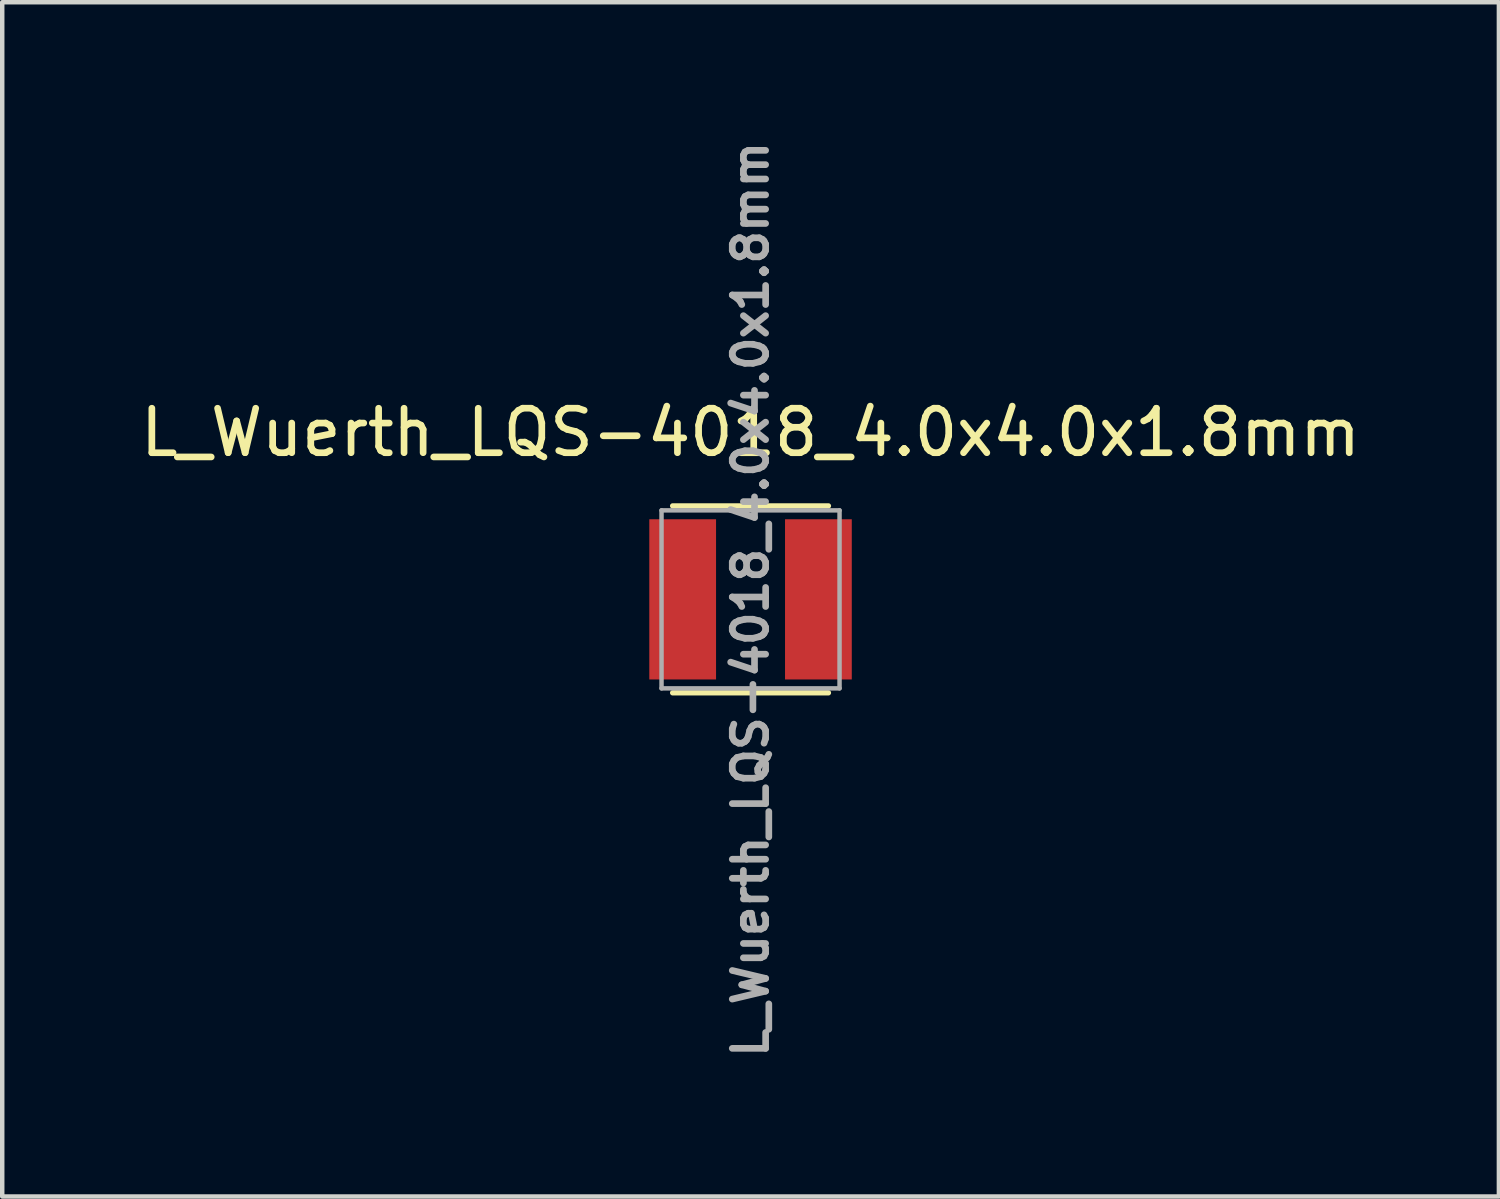
<source format=kicad_pcb>
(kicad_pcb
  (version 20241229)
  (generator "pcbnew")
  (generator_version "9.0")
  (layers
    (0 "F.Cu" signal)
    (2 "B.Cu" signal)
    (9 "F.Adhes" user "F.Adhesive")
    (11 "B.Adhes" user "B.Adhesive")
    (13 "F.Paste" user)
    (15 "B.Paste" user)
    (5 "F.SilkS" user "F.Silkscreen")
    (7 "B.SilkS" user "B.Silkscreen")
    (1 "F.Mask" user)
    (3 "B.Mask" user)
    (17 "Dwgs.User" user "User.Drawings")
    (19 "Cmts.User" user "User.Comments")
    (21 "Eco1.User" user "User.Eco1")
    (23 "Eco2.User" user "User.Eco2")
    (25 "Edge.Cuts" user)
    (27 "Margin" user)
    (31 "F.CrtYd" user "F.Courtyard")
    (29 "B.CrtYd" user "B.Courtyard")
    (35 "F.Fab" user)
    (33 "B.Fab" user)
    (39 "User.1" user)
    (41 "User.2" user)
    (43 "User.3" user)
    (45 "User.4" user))
  (footprint "L_Wuerth_LQS-4018_4.0x4.0x1.8mm"
    (layer "F.Cu")
    (at 13.815 10.418)
    (property "Reference" "L_Wuerth_LQS-4018_4.0x4.0x1.8mm" (at 0 -3.75 0) (layer "F.SilkS") (effects (font (size 1 1) (thickness 0.15))))
    (attr smd)
    (fp_line (start 1.75 -2.1) (end -1.75 -2.1) (stroke (width 0.12) (type solid)) (layer "F.SilkS"))
    (fp_line (start 1.75 2.1) (end -1.75 2.1) (stroke (width 0.12) (type solid)) (layer "F.SilkS"))
    (fp_line (start -2 -2) (end 2 -2) (stroke (width 0.1) (type solid)) (layer "F.Fab"))
    (fp_line (start -2 2) (end -2 -2) (stroke (width 0.1) (type solid)) (layer "F.Fab"))
    (fp_line (start 2 -2) (end 2 2) (stroke (width 0.1) (type solid)) (layer "F.Fab"))
    (fp_line (start 2 2) (end -2 2) (stroke (width 0.1) (type solid)) (layer "F.Fab"))
    (fp_text user "${REFERENCE}" (at 0 0 90) (layer "F.Fab") (effects (font (size 0.75 0.75) (thickness 0.15))))
    (pad "1" smd rect (at -1.525 0) (size 1.5 3.6) (layers "F.Cu" "F.Mask" "F.Paste"))
    (pad "2" smd rect (at 1.525 0) (size 1.5 3.6) (layers "F.Cu" "F.Mask" "F.Paste")))
  (gr_rect
    (start -3 -3)
    (end 30.631 23.836)
    (stroke (width 0.1) (type default))
    (fill no)
    (layer "Edge.Cuts")))
</source>
